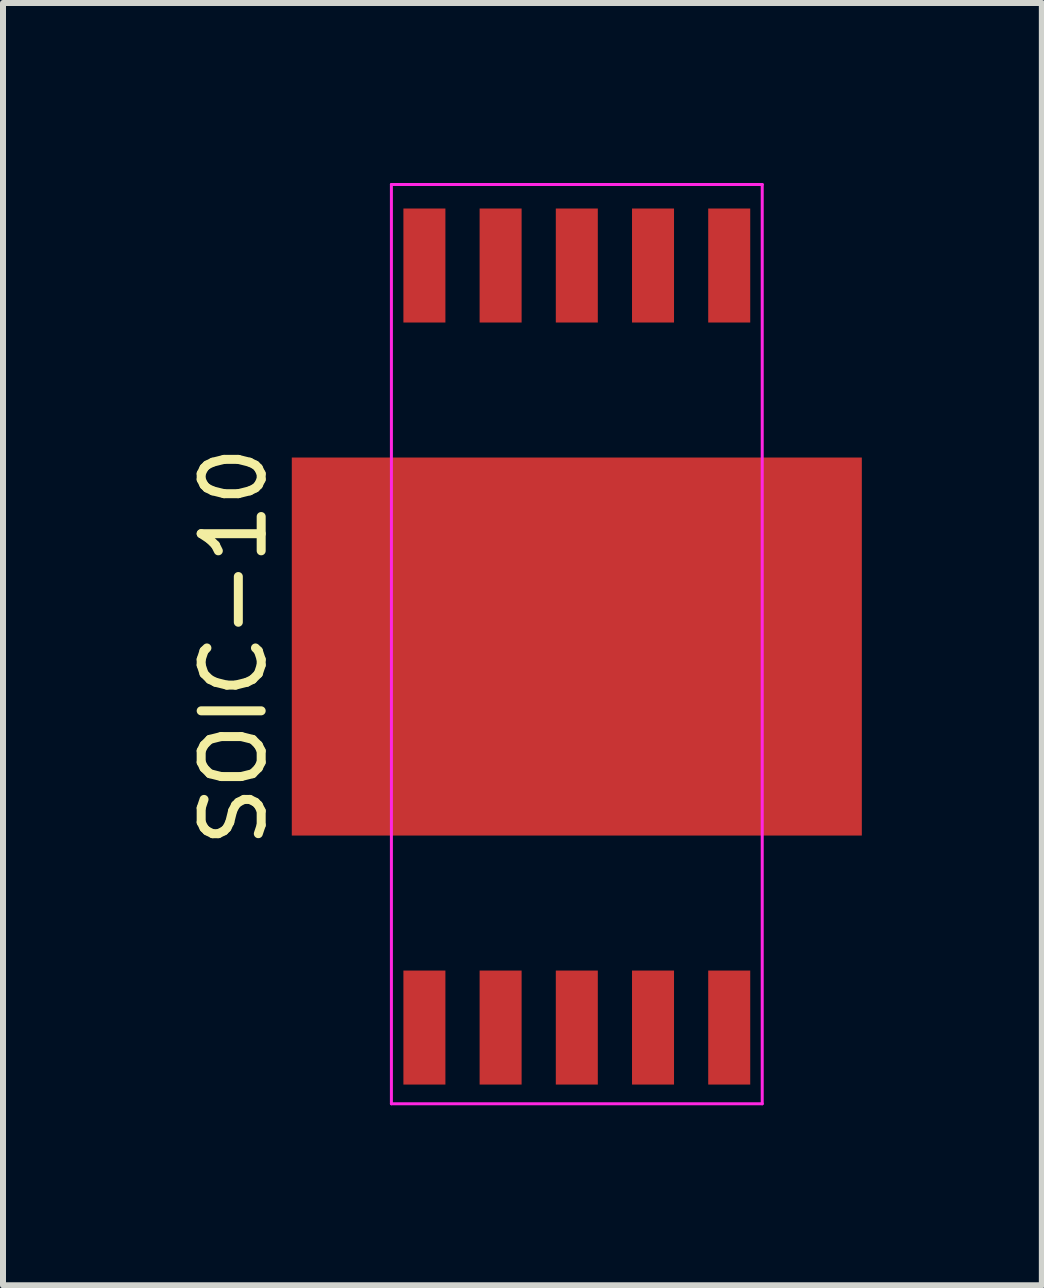
<source format=kicad_pcb>
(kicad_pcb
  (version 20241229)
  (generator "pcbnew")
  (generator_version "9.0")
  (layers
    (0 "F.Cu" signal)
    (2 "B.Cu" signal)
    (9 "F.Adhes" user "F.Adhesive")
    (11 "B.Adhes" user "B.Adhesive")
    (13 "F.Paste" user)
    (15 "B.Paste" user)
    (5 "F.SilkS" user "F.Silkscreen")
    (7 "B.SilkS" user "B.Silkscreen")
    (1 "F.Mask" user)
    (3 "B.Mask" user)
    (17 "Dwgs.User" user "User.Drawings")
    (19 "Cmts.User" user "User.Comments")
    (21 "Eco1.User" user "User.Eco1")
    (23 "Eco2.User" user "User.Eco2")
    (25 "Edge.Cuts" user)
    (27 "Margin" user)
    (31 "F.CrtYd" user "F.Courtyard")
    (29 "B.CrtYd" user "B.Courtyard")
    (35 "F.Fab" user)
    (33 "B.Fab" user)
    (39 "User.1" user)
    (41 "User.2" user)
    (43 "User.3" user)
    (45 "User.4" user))
  (footprint "SOIC-10"
    (layer "F.Cu")
    (at 6.563 7.725)
    (property "Reference" "SOIC-10" (at -5.715 0 90) (layer "F.SilkS") (effects (font (size 1 1) (thickness 0.15))))
    (attr smd)
    (fp_line (start -3.09 -7.7) (end 3.09 -7.7) (stroke (width 0.05) (type default)) (layer "F.CrtYd"))
    (fp_line (start -3.09 7.62) (end -3.09 -7.7) (stroke (width 0.05) (type default)) (layer "F.CrtYd"))
    (fp_line (start 3.09 -7.7) (end 3.09 7.62) (stroke (width 0.05) (type default)) (layer "F.CrtYd"))
    (fp_line (start 3.09 7.62) (end -3.09 7.62) (stroke (width 0.05) (type default)) (layer "F.CrtYd"))
    (pad "1" smd rect (at -2.54 6.35) (size 0.7 1.9) (layers "F.Cu" "F.Mask" "F.Paste"))
    (pad "2" smd rect (at -1.27 6.35) (size 0.7 1.9) (layers "F.Cu" "F.Mask" "F.Paste"))
    (pad "3" smd rect (at 0 6.35) (size 0.7 1.9) (layers "F.Cu" "F.Mask" "F.Paste"))
    (pad "4" smd rect (at 1.27 6.35) (size 0.7 1.9) (layers "F.Cu" "F.Mask" "F.Paste"))
    (pad "5" smd rect (at 2.54 6.35) (size 0.7 1.9) (layers "F.Cu" "F.Mask" "F.Paste"))
    (pad "6" smd rect (at 2.54 -6.35) (size 0.7 1.9) (layers "F.Cu" "F.Mask" "F.Paste"))
    (pad "7" smd rect (at 1.27 -6.35) (size 0.7 1.9) (layers "F.Cu" "F.Mask" "F.Paste"))
    (pad "8" smd rect (at 0 -6.35) (size 0.7 1.9) (layers "F.Cu" "F.Mask" "F.Paste"))
    (pad "9" smd rect (at -1.27 -6.35) (size 0.7 1.9) (layers "F.Cu" "F.Mask" "F.Paste"))
    (pad "10" smd rect (at -2.54 -6.35) (size 0.7 1.9) (layers "F.Cu" "F.Mask" "F.Paste"))
    (pad "TAB" smd rect (at 0 0) (size 9.5 6.3) (layers "F.Cu" "F.Mask" "F.Paste")))
  (gr_rect
    (start -3 -3)
    (end 14.313 18.37)
    (stroke (width 0.1) (type default))
    (fill no)
    (layer "Edge.Cuts")))
</source>
